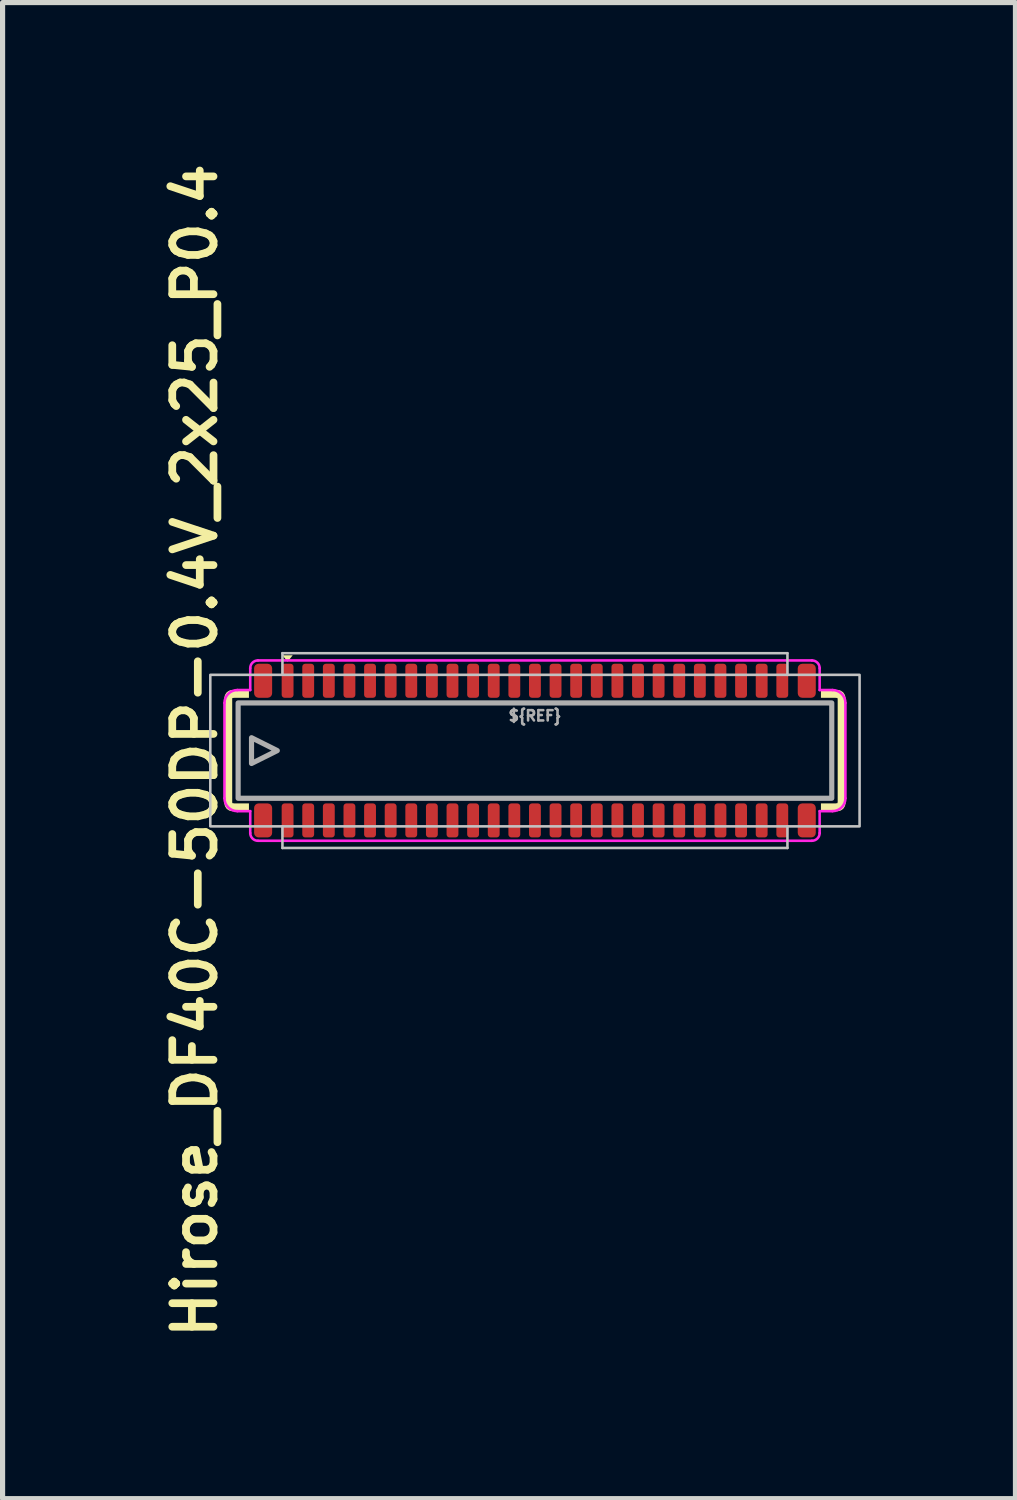
<source format=kicad_pcb>
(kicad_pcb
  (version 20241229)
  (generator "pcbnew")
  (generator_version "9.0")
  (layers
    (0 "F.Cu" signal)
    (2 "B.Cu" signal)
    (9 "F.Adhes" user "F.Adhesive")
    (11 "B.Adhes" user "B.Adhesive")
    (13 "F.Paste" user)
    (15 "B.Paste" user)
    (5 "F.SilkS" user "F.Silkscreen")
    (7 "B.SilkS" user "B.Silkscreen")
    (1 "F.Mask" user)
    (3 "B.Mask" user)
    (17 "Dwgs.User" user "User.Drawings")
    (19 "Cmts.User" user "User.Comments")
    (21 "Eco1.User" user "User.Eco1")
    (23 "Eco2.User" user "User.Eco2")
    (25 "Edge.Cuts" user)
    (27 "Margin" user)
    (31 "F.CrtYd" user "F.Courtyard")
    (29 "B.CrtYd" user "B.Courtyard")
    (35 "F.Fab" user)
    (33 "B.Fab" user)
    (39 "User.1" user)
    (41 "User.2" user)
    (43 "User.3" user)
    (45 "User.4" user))
  (footprint "Hirose_DF40C-50DP-0.4V_2x25_P0.4"
    (layer "F.Cu")
    (at 7.331 11.516)
    (property "Reference" "Hirose_DF40C-50DP-0.4V_2x25_P0.4" (at -6.6 0 90) (unlocked yes) (layer "F.SilkS") (effects (font (size 0.8 0.8) (thickness 0.15))))
    (attr smd)
    (fp_arc (start -5.95 -1.025) (mid -5.928033 -1.078033) (end -5.875 -1.1) (stroke (width 0.15) (type solid)) (layer "F.SilkS"))
    (fp_arc (start -5.875 1.1) (mid -5.928033 1.078033) (end -5.95 1.025) (stroke (width 0.15) (type solid)) (layer "F.SilkS"))
    (fp_arc (start 5.875 -1.1) (mid 5.928033 -1.078033) (end 5.95 -1.025) (stroke (width 0.15) (type solid)) (layer "F.SilkS"))
    (fp_arc (start 5.95 1.025) (mid 5.928033 1.078033) (end 5.875 1.1) (stroke (width 0.15) (type solid)) (layer "F.SilkS"))
    (fp_poly (pts (xy -4.8 -1.725) (xy -4.9 -1.85) (xy -4.7 -1.85)) (stroke (width 0) (type solid)) (fill yes) (layer "F.SilkS"))
    (fp_poly (pts (xy -5.55 -1.025) (xy -5.875 -1.025) (xy -5.875 1.025) (xy -5.55 1.025) (xy -5.55 1.175) (xy -5.875 1.175) (xy -6.025 1.025) (xy -6.025 -1.025) (xy -5.875 -1.175) (xy -5.55 -1.175)) (stroke (width 0) (type solid)) (fill yes) (layer "F.SilkS"))
    (fp_poly (pts (xy 5.55 1.025) (xy 5.875 1.025) (xy 5.875 -1.025) (xy 5.55 -1.025) (xy 5.55 -1.175) (xy 5.875 -1.175) (xy 6.025 -1.025) (xy 6.025 1.025) (xy 5.875 1.175) (xy 5.55 1.175)) (stroke (width 0) (type solid)) (fill yes) (layer "F.SilkS"))
    (fp_line (start -4.9 -1.89) (end -4.9 -1.48) (stroke (width 0.05) (type solid)) (layer "Dwgs.User"))
    (fp_line (start -4.9 -1.89) (end 4.9 -1.89) (stroke (width 0.05) (type solid)) (layer "Dwgs.User"))
    (fp_line (start -4.9 1.89) (end -4.9 1.47) (stroke (width 0.05) (type solid)) (layer "Dwgs.User"))
    (fp_line (start -4.9 1.89) (end 4.9 1.89) (stroke (width 0.05) (type solid)) (layer "Dwgs.User"))
    (fp_line (start 4.9 -1.89) (end 4.9 -1.47) (stroke (width 0.05) (type solid)) (layer "Dwgs.User"))
    (fp_line (start 4.9 1.89) (end 4.9 1.47) (stroke (width 0.05) (type solid)) (layer "Dwgs.User"))
    (fp_rect (start -6.3 -1.47) (end 6.3 1.47) (stroke (width 0.05) (type solid)) (fill no) (layer "Dwgs.User"))
    (fp_line (start -6.025 -0.925) (end -6.025 0.925) (stroke (width 0.05) (type solid)) (layer "F.CrtYd"))
    (fp_line (start -5.525 -1.6) (end -5.525 -1.175) (stroke (width 0.05) (type solid)) (layer "F.CrtYd"))
    (fp_line (start -5.525 -1.175) (end -5.775 -1.175) (stroke (width 0.05) (type solid)) (layer "F.CrtYd"))
    (fp_line (start -5.525 1.175) (end -5.775 1.175) (stroke (width 0.05) (type solid)) (layer "F.CrtYd"))
    (fp_line (start -5.525 1.6) (end -5.525 1.175) (stroke (width 0.05) (type solid)) (layer "F.CrtYd"))
    (fp_line (start -5.375 1.75) (end 5.375 1.75) (stroke (width 0.05) (type solid)) (layer "F.CrtYd"))
    (fp_line (start 5.375 -1.75) (end -5.375 -1.75) (stroke (width 0.05) (type solid)) (layer "F.CrtYd"))
    (fp_line (start 5.525 -1.6) (end 5.525 -1.175) (stroke (width 0.05) (type solid)) (layer "F.CrtYd"))
    (fp_line (start 5.525 -1.175) (end 5.775 -1.175) (stroke (width 0.05) (type solid)) (layer "F.CrtYd"))
    (fp_line (start 5.525 1.175) (end 5.775 1.175) (stroke (width 0.05) (type solid)) (layer "F.CrtYd"))
    (fp_line (start 5.525 1.6) (end 5.525 1.175) (stroke (width 0.05) (type solid)) (layer "F.CrtYd"))
    (fp_line (start 6.025 0.925) (end 6.025 -0.925) (stroke (width 0.05) (type solid)) (layer "F.CrtYd"))
    (fp_arc (start -6.025 -0.925) (mid -5.951777 -1.101777) (end -5.775 -1.175) (stroke (width 0.05) (type solid)) (layer "F.CrtYd"))
    (fp_arc (start -5.775 1.175) (mid -5.951777 1.101777) (end -6.025 0.925) (stroke (width 0.05) (type solid)) (layer "F.CrtYd"))
    (fp_arc (start -5.525 -1.6) (mid -5.481066 -1.706066) (end -5.375 -1.75) (stroke (width 0.05) (type solid)) (layer "F.CrtYd"))
    (fp_arc (start -5.375 1.75) (mid -5.481066 1.706066) (end -5.525 1.6) (stroke (width 0.05) (type solid)) (layer "F.CrtYd"))
    (fp_arc (start 5.375 -1.75) (mid 5.481066 -1.706066) (end 5.525 -1.6) (stroke (width 0.05) (type solid)) (layer "F.CrtYd"))
    (fp_arc (start 5.525 1.6) (mid 5.481066 1.706066) (end 5.375 1.75) (stroke (width 0.05) (type solid)) (layer "F.CrtYd"))
    (fp_arc (start 5.775 -1.175) (mid 5.951777 -1.101777) (end 6.025 -0.925) (stroke (width 0.05) (type solid)) (layer "F.CrtYd"))
    (fp_arc (start 6.025 0.925) (mid 5.951777 1.101777) (end 5.775 1.175) (stroke (width 0.05) (type solid)) (layer "F.CrtYd"))
    (fp_rect (start -5.76 -0.925) (end 5.76 0.925) (stroke (width 0.1) (type solid)) (fill no) (layer "F.Fab"))
    (fp_poly (pts (xy -5 0) (xy -5.5 0.25) (xy -5.5 -0.25)) (stroke (width 0.1) (type solid)) (fill no) (layer "F.Fab"))
    (fp_text user "${REF}" (at 0 -0.675 0) (unlocked yes) (layer "F.Fab") (effects (font (size 0.2 0.2) (thickness 0.05))))
    (pad "1" smd roundrect (at -4.8 -1.355) (size 0.23 0.66) (layers "F.Cu" "F.Mask" "F.Paste") (roundrect_rratio 0.25))
    (pad "2" smd roundrect (at -4.8 1.355) (size 0.23 0.66) (layers "F.Cu" "F.Mask" "F.Paste") (roundrect_rratio 0.25))
    (pad "3" smd roundrect (at -4.4 -1.355) (size 0.23 0.66) (layers "F.Cu" "F.Mask" "F.Paste") (roundrect_rratio 0.25))
    (pad "4" smd roundrect (at -4.4 1.355) (size 0.23 0.66) (layers "F.Cu" "F.Mask" "F.Paste") (roundrect_rratio 0.25))
    (pad "5" smd roundrect (at -4 -1.355) (size 0.23 0.66) (layers "F.Cu" "F.Mask" "F.Paste") (roundrect_rratio 0.25))
    (pad "6" smd roundrect (at -4 1.355) (size 0.23 0.66) (layers "F.Cu" "F.Mask" "F.Paste") (roundrect_rratio 0.25))
    (pad "7" smd roundrect (at -3.6 -1.355) (size 0.23 0.66) (layers "F.Cu" "F.Mask" "F.Paste") (roundrect_rratio 0.25))
    (pad "8" smd roundrect (at -3.6 1.355) (size 0.23 0.66) (layers "F.Cu" "F.Mask" "F.Paste") (roundrect_rratio 0.25))
    (pad "9" smd roundrect (at -3.2 -1.355) (size 0.23 0.66) (layers "F.Cu" "F.Mask" "F.Paste") (roundrect_rratio 0.25))
    (pad "10" smd roundrect (at -3.2 1.355) (size 0.23 0.66) (layers "F.Cu" "F.Mask" "F.Paste") (roundrect_rratio 0.25))
    (pad "11" smd roundrect (at -2.8 -1.355) (size 0.23 0.66) (layers "F.Cu" "F.Mask" "F.Paste") (roundrect_rratio 0.25))
    (pad "12" smd roundrect (at -2.8 1.355) (size 0.23 0.66) (layers "F.Cu" "F.Mask" "F.Paste") (roundrect_rratio 0.25))
    (pad "13" smd roundrect (at -2.4 -1.355) (size 0.23 0.66) (layers "F.Cu" "F.Mask" "F.Paste") (roundrect_rratio 0.25))
    (pad "14" smd roundrect (at -2.4 1.355) (size 0.23 0.66) (layers "F.Cu" "F.Mask" "F.Paste") (roundrect_rratio 0.25))
    (pad "15" smd roundrect (at -2 -1.355) (size 0.23 0.66) (layers "F.Cu" "F.Mask" "F.Paste") (roundrect_rratio 0.25))
    (pad "16" smd roundrect (at -2 1.355) (size 0.23 0.66) (layers "F.Cu" "F.Mask" "F.Paste") (roundrect_rratio 0.25))
    (pad "17" smd roundrect (at -1.6 -1.355) (size 0.23 0.66) (layers "F.Cu" "F.Mask" "F.Paste") (roundrect_rratio 0.25))
    (pad "18" smd roundrect (at -1.6 1.355) (size 0.23 0.66) (layers "F.Cu" "F.Mask" "F.Paste") (roundrect_rratio 0.25))
    (pad "19" smd roundrect (at -1.2 -1.355) (size 0.23 0.66) (layers "F.Cu" "F.Mask" "F.Paste") (roundrect_rratio 0.25))
    (pad "20" smd roundrect (at -1.2 1.355) (size 0.23 0.66) (layers "F.Cu" "F.Mask" "F.Paste") (roundrect_rratio 0.25))
    (pad "21" smd roundrect (at -0.8 -1.355) (size 0.23 0.66) (layers "F.Cu" "F.Mask" "F.Paste") (roundrect_rratio 0.25))
    (pad "22" smd roundrect (at -0.8 1.355) (size 0.23 0.66) (layers "F.Cu" "F.Mask" "F.Paste") (roundrect_rratio 0.25))
    (pad "23" smd roundrect (at -0.4 -1.355) (size 0.23 0.66) (layers "F.Cu" "F.Mask" "F.Paste") (roundrect_rratio 0.25))
    (pad "24" smd roundrect (at -0.4 1.355) (size 0.23 0.66) (layers "F.Cu" "F.Mask" "F.Paste") (roundrect_rratio 0.25))
    (pad "25" smd roundrect (at 0 -1.355) (size 0.23 0.66) (layers "F.Cu" "F.Mask" "F.Paste") (roundrect_rratio 0.25))
    (pad "26" smd roundrect (at 0 1.355) (size 0.23 0.66) (layers "F.Cu" "F.Mask" "F.Paste") (roundrect_rratio 0.25))
    (pad "27" smd roundrect (at 0.4 -1.355) (size 0.23 0.66) (layers "F.Cu" "F.Mask" "F.Paste") (roundrect_rratio 0.25))
    (pad "28" smd roundrect (at 0.4 1.355) (size 0.23 0.66) (layers "F.Cu" "F.Mask" "F.Paste") (roundrect_rratio 0.25))
    (pad "29" smd roundrect (at 0.8 -1.355) (size 0.23 0.66) (layers "F.Cu" "F.Mask" "F.Paste") (roundrect_rratio 0.25))
    (pad "30" smd roundrect (at 0.8 1.355) (size 0.23 0.66) (layers "F.Cu" "F.Mask" "F.Paste") (roundrect_rratio 0.25))
    (pad "31" smd roundrect (at 1.2 -1.355) (size 0.23 0.66) (layers "F.Cu" "F.Mask" "F.Paste") (roundrect_rratio 0.25))
    (pad "32" smd roundrect (at 1.2 1.355) (size 0.23 0.66) (layers "F.Cu" "F.Mask" "F.Paste") (roundrect_rratio 0.25))
    (pad "33" smd roundrect (at 1.6 -1.355) (size 0.23 0.66) (layers "F.Cu" "F.Mask" "F.Paste") (roundrect_rratio 0.25))
    (pad "34" smd roundrect (at 1.6 1.355) (size 0.23 0.66) (layers "F.Cu" "F.Mask" "F.Paste") (roundrect_rratio 0.25))
    (pad "35" smd roundrect (at 2 -1.355) (size 0.23 0.66) (layers "F.Cu" "F.Mask" "F.Paste") (roundrect_rratio 0.25))
    (pad "36" smd roundrect (at 2 1.355) (size 0.23 0.66) (layers "F.Cu" "F.Mask" "F.Paste") (roundrect_rratio 0.25))
    (pad "37" smd roundrect (at 2.4 -1.355) (size 0.23 0.66) (layers "F.Cu" "F.Mask" "F.Paste") (roundrect_rratio 0.25))
    (pad "38" smd roundrect (at 2.4 1.355) (size 0.23 0.66) (layers "F.Cu" "F.Mask" "F.Paste") (roundrect_rratio 0.25))
    (pad "39" smd roundrect (at 2.8 -1.355) (size 0.23 0.66) (layers "F.Cu" "F.Mask" "F.Paste") (roundrect_rratio 0.25))
    (pad "40" smd roundrect (at 2.8 1.355) (size 0.23 0.66) (layers "F.Cu" "F.Mask" "F.Paste") (roundrect_rratio 0.25))
    (pad "41" smd roundrect (at 3.2 -1.355) (size 0.23 0.66) (layers "F.Cu" "F.Mask" "F.Paste") (roundrect_rratio 0.25))
    (pad "42" smd roundrect (at 3.2 1.355) (size 0.23 0.66) (layers "F.Cu" "F.Mask" "F.Paste") (roundrect_rratio 0.25))
    (pad "43" smd roundrect (at 3.6 -1.355) (size 0.23 0.66) (layers "F.Cu" "F.Mask" "F.Paste") (roundrect_rratio 0.25))
    (pad "44" smd roundrect (at 3.6 1.355) (size 0.23 0.66) (layers "F.Cu" "F.Mask" "F.Paste") (roundrect_rratio 0.25))
    (pad "45" smd roundrect (at 4 -1.355) (size 0.23 0.66) (layers "F.Cu" "F.Mask" "F.Paste") (roundrect_rratio 0.25))
    (pad "46" smd roundrect (at 4 1.355) (size 0.23 0.66) (layers "F.Cu" "F.Mask" "F.Paste") (roundrect_rratio 0.25))
    (pad "47" smd roundrect (at 4.4 -1.355) (size 0.23 0.66) (layers "F.Cu" "F.Mask" "F.Paste") (roundrect_rratio 0.25))
    (pad "48" smd roundrect (at 4.4 1.355) (size 0.23 0.66) (layers "F.Cu" "F.Mask" "F.Paste") (roundrect_rratio 0.25))
    (pad "49" smd roundrect (at 4.8 -1.355) (size 0.23 0.66) (layers "F.Cu" "F.Mask" "F.Paste") (roundrect_rratio 0.25))
    (pad "50" smd roundrect (at 4.8 1.355) (size 0.23 0.66) (layers "F.Cu" "F.Mask" "F.Paste") (roundrect_rratio 0.25))
    (pad "MP" smd roundrect (at -5.275 -1.355) (size 0.35 0.66) (layers "F.Cu" "F.Mask" "F.Paste") (roundrect_rratio 0.25))
    (pad "MP" smd roundrect (at -5.275 1.355) (size 0.35 0.66) (layers "F.Cu" "F.Mask" "F.Paste") (roundrect_rratio 0.25))
    (pad "MP" smd roundrect (at 5.275 -1.355) (size 0.35 0.66) (layers "F.Cu" "F.Mask" "F.Paste") (roundrect_rratio 0.25))
    (pad "MP" smd roundrect (at 5.275 1.355) (size 0.35 0.66) (layers "F.Cu" "F.Mask" "F.Paste") (roundrect_rratio 0.25)))
  (gr_rect
    (start -3 -3)
    (end 16.656 26.033)
    (stroke (width 0.1) (type default))
    (fill no)
    (layer "Edge.Cuts")))
</source>
